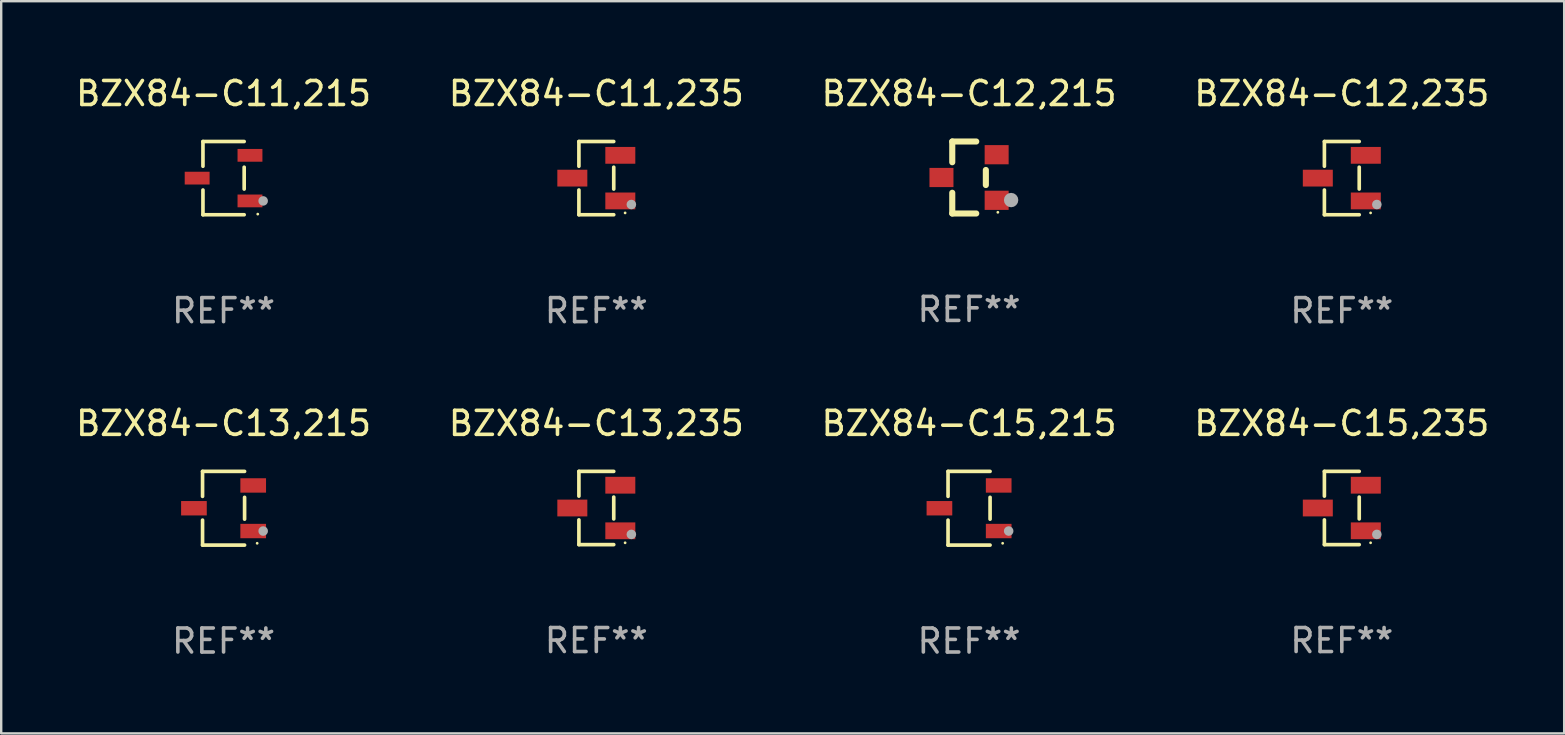
<source format=kicad_pcb>
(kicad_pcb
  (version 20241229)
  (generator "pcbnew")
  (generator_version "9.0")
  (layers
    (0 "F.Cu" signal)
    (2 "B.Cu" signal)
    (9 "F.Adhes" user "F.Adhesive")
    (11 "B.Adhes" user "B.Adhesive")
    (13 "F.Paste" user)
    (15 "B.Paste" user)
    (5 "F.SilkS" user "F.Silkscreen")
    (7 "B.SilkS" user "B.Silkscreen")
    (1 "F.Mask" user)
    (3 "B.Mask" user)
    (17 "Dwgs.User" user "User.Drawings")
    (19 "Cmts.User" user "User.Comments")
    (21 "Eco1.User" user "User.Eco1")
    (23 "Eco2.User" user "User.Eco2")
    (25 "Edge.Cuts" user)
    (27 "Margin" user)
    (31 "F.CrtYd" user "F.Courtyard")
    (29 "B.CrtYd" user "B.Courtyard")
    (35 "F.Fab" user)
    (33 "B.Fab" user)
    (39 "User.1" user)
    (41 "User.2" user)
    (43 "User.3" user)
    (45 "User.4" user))
  (footprint "BZX84-C11,235"
    (layer "F.Cu")
    (at 21.804 4.374)
    (property "Reference" "BZX84-C11,235" (at 0 -3.526 0) (layer "F.SilkS") (effects (font (size 1 1) (thickness 0.15))))
    (attr through_hole)
    (fp_line (start -0.726 -1.526) (end -0.726 -0.495) (stroke (width 0.152) (type solid)) (layer "F.SilkS"))
    (fp_line (start -0.726 1.526) (end -0.726 0.495) (stroke (width 0.152) (type solid)) (layer "F.SilkS"))
    (fp_line (start 0.726 -1.526) (end -0.726 -1.526) (stroke (width 0.152) (type solid)) (layer "F.SilkS"))
    (fp_line (start 0.726 -0.455) (end 0.726 0.455) (stroke (width 0.152) (type solid)) (layer "F.SilkS"))
    (fp_line (start 0.726 1.526) (end -0.726 1.526) (stroke (width 0.152) (type solid)) (layer "F.SilkS"))
    (fp_circle (center 1.2 1.45) (end 1.23 1.45) (stroke (width 0.06) (type solid)) (fill no) (layer "F.SilkS"))
    (fp_circle (center 1.46 1.1) (end 1.56 1.1) (stroke (width 0.2) (type solid)) (fill no) (layer "F.Fab"))
    (fp_text user "REF**" (at 0 5.526 0) (layer "F.Fab") (effects (font (size 1 1) (thickness 0.15))))
    (pad "1" smd rect (at 1 0.95) (size 1.25 0.7) (layers "F.Cu" "F.Mask" "F.Paste"))
    (pad "2" smd rect (at 1 -0.95) (size 1.25 0.7) (layers "F.Cu" "F.Mask" "F.Paste"))
    (pad "3" smd rect (at -1 0) (size 1.25 0.7) (layers "F.Cu" "F.Mask" "F.Paste")))
  (footprint "BZX84-C12,235"
    (layer "F.Cu")
    (at 52.875 4.374)
    (property "Reference" "BZX84-C12,235" (at 0 -3.526 0) (layer "F.SilkS") (effects (font (size 1 1) (thickness 0.15))))
    (attr through_hole)
    (fp_line (start -0.726 -1.526) (end -0.726 -0.495) (stroke (width 0.152) (type solid)) (layer "F.SilkS"))
    (fp_line (start -0.726 1.526) (end -0.726 0.495) (stroke (width 0.152) (type solid)) (layer "F.SilkS"))
    (fp_line (start 0.726 -1.526) (end -0.726 -1.526) (stroke (width 0.152) (type solid)) (layer "F.SilkS"))
    (fp_line (start 0.726 -0.455) (end 0.726 0.455) (stroke (width 0.152) (type solid)) (layer "F.SilkS"))
    (fp_line (start 0.726 1.526) (end -0.726 1.526) (stroke (width 0.152) (type solid)) (layer "F.SilkS"))
    (fp_circle (center 1.2 1.45) (end 1.23 1.45) (stroke (width 0.06) (type solid)) (fill no) (layer "F.SilkS"))
    (fp_circle (center 1.46 1.1) (end 1.56 1.1) (stroke (width 0.2) (type solid)) (fill no) (layer "F.Fab"))
    (fp_text user "REF**" (at 0 5.526 0) (layer "F.Fab") (effects (font (size 1 1) (thickness 0.15))))
    (pad "1" smd rect (at 1 0.95) (size 1.25 0.7) (layers "F.Cu" "F.Mask" "F.Paste"))
    (pad "2" smd rect (at 1 -0.95) (size 1.25 0.7) (layers "F.Cu" "F.Mask" "F.Paste"))
    (pad "3" smd rect (at -1 0) (size 1.25 0.7) (layers "F.Cu" "F.Mask" "F.Paste")))
  (footprint "BZX84-C13,215"
    (layer "F.Cu")
    (at 6.268 18.133)
    (property "Reference" "BZX84-C13,215" (at 0 -3.536 0) (layer "F.SilkS") (effects (font (size 1 1) (thickness 0.15))))
    (attr through_hole)
    (fp_line (start -0.876 -1.536) (end -0.876 -0.495) (stroke (width 0.152) (type solid)) (layer "F.SilkS"))
    (fp_line (start -0.876 1.536) (end -0.876 0.495) (stroke (width 0.152) (type solid)) (layer "F.SilkS"))
    (fp_line (start 0.876 -1.536) (end -0.876 -1.536) (stroke (width 0.152) (type solid)) (layer "F.SilkS"))
    (fp_line (start 0.876 -0.455) (end 0.876 0.455) (stroke (width 0.152) (type solid)) (layer "F.SilkS"))
    (fp_line (start 0.876 1.536) (end -0.876 1.536) (stroke (width 0.152) (type solid)) (layer "F.SilkS"))
    (fp_circle (center 1.4 1.46) (end 1.43 1.46) (stroke (width 0.06) (type solid)) (fill no) (layer "F.SilkS"))
    (fp_circle (center 1.651 0.95) (end 1.751 0.95) (stroke (width 0.2) (type solid)) (fill no) (layer "F.Fab"))
    (fp_text user "REF**" (at 0 5.536 0) (layer "F.Fab") (effects (font (size 1 1) (thickness 0.15))))
    (pad "1" smd rect (at 1.235 0.95) (size 1.07 0.6) (layers "F.Cu" "F.Mask" "F.Paste"))
    (pad "2" smd rect (at 1.235 -0.95) (size 1.07 0.6) (layers "F.Cu" "F.Mask" "F.Paste"))
    (pad "3" smd rect (at -1.235 0) (size 1.07 0.6) (layers "F.Cu" "F.Mask" "F.Paste")))
  (footprint "BZX84-C15,235"
    (layer "F.Cu")
    (at 52.875 18.123)
    (property "Reference" "BZX84-C15,235" (at 0 -3.526 0) (layer "F.SilkS") (effects (font (size 1 1) (thickness 0.15))))
    (attr through_hole)
    (fp_line (start -0.726 -1.526) (end -0.726 -0.495) (stroke (width 0.152) (type solid)) (layer "F.SilkS"))
    (fp_line (start -0.726 1.526) (end -0.726 0.495) (stroke (width 0.152) (type solid)) (layer "F.SilkS"))
    (fp_line (start 0.726 -1.526) (end -0.726 -1.526) (stroke (width 0.152) (type solid)) (layer "F.SilkS"))
    (fp_line (start 0.726 -0.455) (end 0.726 0.455) (stroke (width 0.152) (type solid)) (layer "F.SilkS"))
    (fp_line (start 0.726 1.526) (end -0.726 1.526) (stroke (width 0.152) (type solid)) (layer "F.SilkS"))
    (fp_circle (center 1.2 1.45) (end 1.23 1.45) (stroke (width 0.06) (type solid)) (fill no) (layer "F.SilkS"))
    (fp_circle (center 1.46 1.1) (end 1.56 1.1) (stroke (width 0.2) (type solid)) (fill no) (layer "F.Fab"))
    (fp_text user "REF**" (at 0 5.526 0) (layer "F.Fab") (effects (font (size 1 1) (thickness 0.15))))
    (pad "1" smd rect (at 1 0.95) (size 1.25 0.7) (layers "F.Cu" "F.Mask" "F.Paste"))
    (pad "2" smd rect (at 1 -0.95) (size 1.25 0.7) (layers "F.Cu" "F.Mask" "F.Paste"))
    (pad "3" smd rect (at -1 0) (size 1.25 0.7) (layers "F.Cu" "F.Mask" "F.Paste")))
  (footprint "BZX84-C12,215"
    (layer "F.Cu")
    (at 37.339 4.348)
    (property "Reference" "BZX84-C12,215" (at 0 -3.5 0) (layer "F.SilkS") (effects (font (size 1 1) (thickness 0.15))))
    (attr through_hole)
    (fp_line (start -0.7 -1.5) (end 0.3 -1.5) (stroke (width 0.254) (type solid)) (layer "F.SilkS"))
    (fp_line (start -0.7 -0.636) (end -0.7 -1.5) (stroke (width 0.254) (type solid)) (layer "F.SilkS"))
    (fp_line (start -0.7 1.5) (end -0.7 0.636) (stroke (width 0.254) (type solid)) (layer "F.SilkS"))
    (fp_line (start -0.7 1.5) (end 0.3 1.5) (stroke (width 0.254) (type solid)) (layer "F.SilkS"))
    (fp_line (start 0.7 0.314) (end 0.7 -0.314) (stroke (width 0.254) (type solid)) (layer "F.SilkS"))
    (fp_circle (center 1.2 1.45) (end 1.23 1.45) (stroke (width 0.06) (type solid)) (fill no) (layer "F.SilkS"))
    (fp_circle (center 1.753 0.94) (end 1.903 0.94) (stroke (width 0.3) (type solid)) (fill no) (layer "F.Fab"))
    (fp_text user "REF**" (at 0 5.5 0) (layer "F.Fab") (effects (font (size 1 1) (thickness 0.15))))
    (pad "1" smd rect (at 1.15 0.95 180) (size 1 0.8) (layers "F.Cu" "F.Mask" "F.Paste"))
    (pad "2" smd rect (at 1.15 -0.95 180) (size 1 0.8) (layers "F.Cu" "F.Mask" "F.Paste"))
    (pad "3" smd rect (at -1.15 -0.000051 180) (size 1 0.8) (layers "F.Cu" "F.Mask" "F.Paste")))
  (footprint "BZX84-C15,215"
    (layer "F.Cu")
    (at 37.339 18.133)
    (property "Reference" "BZX84-C15,215" (at 0 -3.536 0) (layer "F.SilkS") (effects (font (size 1 1) (thickness 0.15))))
    (attr through_hole)
    (fp_line (start -0.876 -1.536) (end -0.876 -0.495) (stroke (width 0.152) (type solid)) (layer "F.SilkS"))
    (fp_line (start -0.876 1.536) (end -0.876 0.495) (stroke (width 0.152) (type solid)) (layer "F.SilkS"))
    (fp_line (start 0.876 -1.536) (end -0.876 -1.536) (stroke (width 0.152) (type solid)) (layer "F.SilkS"))
    (fp_line (start 0.876 -0.455) (end 0.876 0.455) (stroke (width 0.152) (type solid)) (layer "F.SilkS"))
    (fp_line (start 0.876 1.536) (end -0.876 1.536) (stroke (width 0.152) (type solid)) (layer "F.SilkS"))
    (fp_circle (center 1.4 1.46) (end 1.43 1.46) (stroke (width 0.06) (type solid)) (fill no) (layer "F.SilkS"))
    (fp_circle (center 1.651 0.95) (end 1.751 0.95) (stroke (width 0.2) (type solid)) (fill no) (layer "F.Fab"))
    (fp_text user "REF**" (at 0 5.536 0) (layer "F.Fab") (effects (font (size 1 1) (thickness 0.15))))
    (pad "1" smd rect (at 1.235 0.95) (size 1.07 0.6) (layers "F.Cu" "F.Mask" "F.Paste"))
    (pad "2" smd rect (at 1.235 -0.95) (size 1.07 0.6) (layers "F.Cu" "F.Mask" "F.Paste"))
    (pad "3" smd rect (at -1.235 0) (size 1.07 0.6) (layers "F.Cu" "F.Mask" "F.Paste")))
  (footprint "BZX84-C13,235"
    (layer "F.Cu")
    (at 21.804 18.123)
    (property "Reference" "BZX84-C13,235" (at 0 -3.526 0) (layer "F.SilkS") (effects (font (size 1 1) (thickness 0.15))))
    (attr through_hole)
    (fp_line (start -0.726 -1.526) (end -0.726 -0.495) (stroke (width 0.152) (type solid)) (layer "F.SilkS"))
    (fp_line (start -0.726 1.526) (end -0.726 0.495) (stroke (width 0.152) (type solid)) (layer "F.SilkS"))
    (fp_line (start 0.726 -1.526) (end -0.726 -1.526) (stroke (width 0.152) (type solid)) (layer "F.SilkS"))
    (fp_line (start 0.726 -0.455) (end 0.726 0.455) (stroke (width 0.152) (type solid)) (layer "F.SilkS"))
    (fp_line (start 0.726 1.526) (end -0.726 1.526) (stroke (width 0.152) (type solid)) (layer "F.SilkS"))
    (fp_circle (center 1.2 1.45) (end 1.23 1.45) (stroke (width 0.06) (type solid)) (fill no) (layer "F.SilkS"))
    (fp_circle (center 1.46 1.1) (end 1.56 1.1) (stroke (width 0.2) (type solid)) (fill no) (layer "F.Fab"))
    (fp_text user "REF**" (at 0 5.526 0) (layer "F.Fab") (effects (font (size 1 1) (thickness 0.15))))
    (pad "1" smd rect (at 1 0.95) (size 1.25 0.7) (layers "F.Cu" "F.Mask" "F.Paste"))
    (pad "2" smd rect (at 1 -0.95) (size 1.25 0.7) (layers "F.Cu" "F.Mask" "F.Paste"))
    (pad "3" smd rect (at -1 0) (size 1.25 0.7) (layers "F.Cu" "F.Mask" "F.Paste")))
  (footprint "BZX84-C11,215"
    (layer "F.Cu")
    (at 6.268 4.374)
    (property "Reference" "BZX84-C11,215" (at 0 -3.526 0) (layer "F.SilkS") (effects (font (size 1 1) (thickness 0.15))))
    (attr through_hole)
    (fp_line (start -0.859 -1.526) (end -0.859 -0.495) (stroke (width 0.152) (type solid)) (layer "F.SilkS"))
    (fp_line (start -0.859 1.526) (end -0.859 0.495) (stroke (width 0.152) (type solid)) (layer "F.SilkS"))
    (fp_line (start 0.859 -1.526) (end -0.859 -1.526) (stroke (width 0.152) (type solid)) (layer "F.SilkS"))
    (fp_line (start 0.859 -0.455) (end 0.859 0.455) (stroke (width 0.152) (type solid)) (layer "F.SilkS"))
    (fp_line (start 0.859 1.526) (end -0.859 1.526) (stroke (width 0.152) (type solid)) (layer "F.SilkS"))
    (fp_circle (center 1.425 1.5) (end 1.455 1.5) (stroke (width 0.06) (type solid)) (fill no) (layer "F.SilkS"))
    (fp_circle (center 1.65 0.95) (end 1.75 0.95) (stroke (width 0.2) (type solid)) (fill no) (layer "F.Fab"))
    (fp_text user "REF**" (at 0 5.526 0) (layer "F.Fab") (effects (font (size 1 1) (thickness 0.15))))
    (pad "1" smd rect (at 1.101 0.95) (size 1.037 0.532) (layers "F.Cu" "F.Mask" "F.Paste"))
    (pad "2" smd rect (at 1.101 -0.95) (size 1.037 0.532) (layers "F.Cu" "F.Mask" "F.Paste"))
    (pad "3" smd rect (at -1.101 0) (size 1.037 0.532) (layers "F.Cu" "F.Mask" "F.Paste")))
  (gr_rect
    (start -3 -3)
    (end 62.143 27.518)
    (stroke (width 0.1) (type default))
    (fill no)
    (layer "Edge.Cuts")))
</source>
